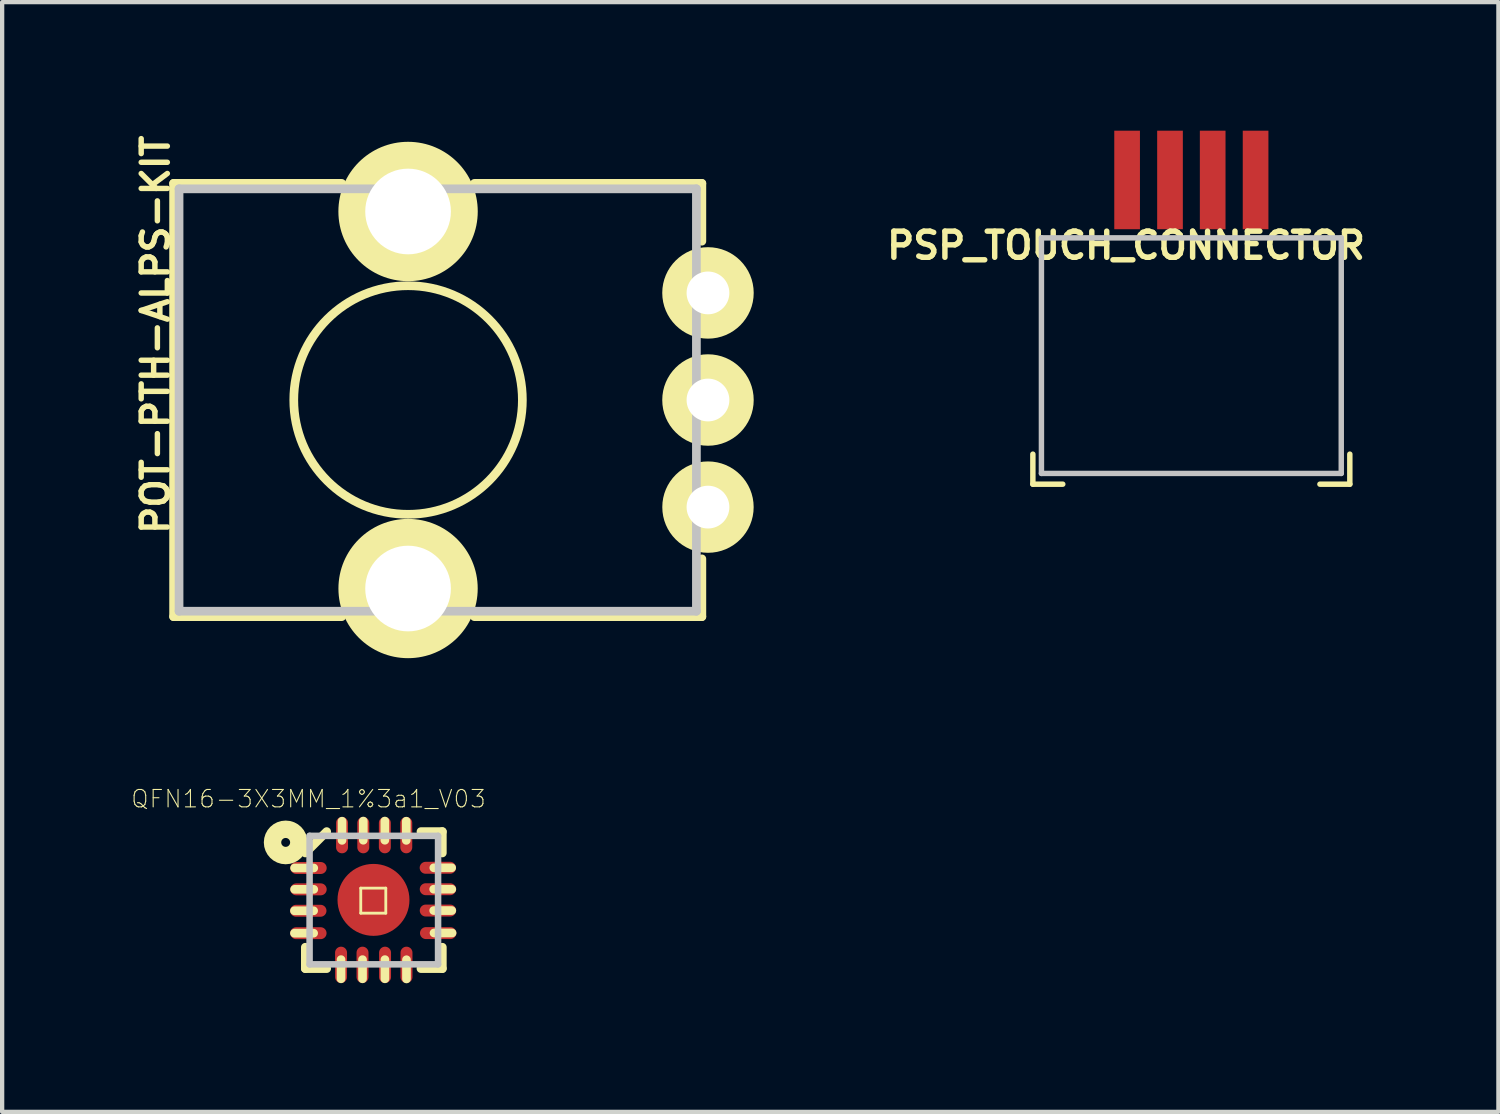
<source format=kicad_pcb>
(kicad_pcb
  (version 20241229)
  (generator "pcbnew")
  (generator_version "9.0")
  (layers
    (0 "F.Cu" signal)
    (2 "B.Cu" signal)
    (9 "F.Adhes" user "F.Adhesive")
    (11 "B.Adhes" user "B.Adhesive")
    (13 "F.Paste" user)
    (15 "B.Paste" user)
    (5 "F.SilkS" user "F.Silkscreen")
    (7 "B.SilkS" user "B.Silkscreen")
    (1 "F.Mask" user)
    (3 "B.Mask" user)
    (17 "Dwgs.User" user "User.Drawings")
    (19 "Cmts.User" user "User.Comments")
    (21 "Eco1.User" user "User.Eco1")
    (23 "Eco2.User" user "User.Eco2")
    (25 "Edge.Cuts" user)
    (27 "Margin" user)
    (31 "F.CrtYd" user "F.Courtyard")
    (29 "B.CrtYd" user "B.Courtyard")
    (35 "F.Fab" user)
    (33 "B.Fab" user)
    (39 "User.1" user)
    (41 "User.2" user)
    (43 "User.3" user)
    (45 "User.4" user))
  (footprint "PSP_TOUCH_CONNECTOR"
    (layer "F.Cu")
    (at 24.749 3.999)
    (property "Reference" "PSP_TOUCH_CONNECTOR" (at -1.524 -1.321 0) (layer "F.SilkS") (effects (font (size 0.61 0.61) (thickness 0.127))))
    (attr smd)
    (fp_line (start -3.698 3.548) (end -3.698 4.249) (stroke (width 0.127) (type solid)) (layer "F.SilkS"))
    (fp_line (start -3 4.249) (end -3.698 4.249) (stroke (width 0.127) (type solid)) (layer "F.SilkS"))
    (fp_line (start 3 4.249) (end 3.698 4.249) (stroke (width 0.127) (type solid)) (layer "F.SilkS"))
    (fp_line (start 3.698 3.548) (end 3.698 4.249) (stroke (width 0.127) (type solid)) (layer "F.SilkS"))
    (fp_line (start -3.498 -1.499) (end 3.498 -1.499) (stroke (width 0.127) (type solid)) (layer "Dwgs.User"))
    (fp_line (start -3.498 3.998) (end -3.498 -1.499) (stroke (width 0.127) (type solid)) (layer "Dwgs.User"))
    (fp_line (start -3.498 3.998) (end 3.498 3.998) (stroke (width 0.127) (type solid)) (layer "Dwgs.User"))
    (fp_line (start 3.498 3.998) (end 3.498 -1.499) (stroke (width 0.127) (type solid)) (layer "Dwgs.User"))
    (pad "X1" smd rect (at 1.499 -2.85 90) (size 2.299 0.599) (layers "F.Cu" "F.Mask" "F.Paste"))
    (pad "X2" smd rect (at -0.498 -2.85 90) (size 2.299 0.599) (layers "F.Cu" "F.Mask" "F.Paste"))
    (pad "Y1" smd rect (at -1.499 -2.85 90) (size 2.299 0.599) (layers "F.Cu" "F.Mask" "F.Paste"))
    (pad "Y2" smd rect (at 0.498 -2.85 90) (size 2.299 0.599) (layers "F.Cu" "F.Mask" "F.Paste")))
  (footprint "POT-PTH-ALPS-KIT"
    (layer "F.Cu")
    (at 6.472 6.284)
    (property "Reference" "POT-PTH-ALPS-KIT" (at -5.893 -1.524 90) (layer "F.SilkS") (effects (font (size 0.61 0.61) (thickness 0.127))))
    (attr exclude_from_pos_files exclude_from_bom)
    (fp_line (start -5.471 -5.055) (end -1.549 -5.055) (stroke (width 0.203) (type solid)) (layer "F.SilkS"))
    (fp_line (start -5.471 5.055) (end -5.471 -5.055) (stroke (width 0.203) (type solid)) (layer "F.SilkS"))
    (fp_line (start -1.549 5.055) (end -5.471 5.055) (stroke (width 0.203) (type solid)) (layer "F.SilkS"))
    (fp_line (start 1.549 -5.055) (end 6.855 -5.055) (stroke (width 0.203) (type solid)) (layer "F.SilkS"))
    (fp_line (start 6.855 -5.055) (end 6.855 -3.706) (stroke (width 0.203) (type solid)) (layer "F.SilkS"))
    (fp_line (start 6.855 3.706) (end 6.855 5.055) (stroke (width 0.203) (type solid)) (layer "F.SilkS"))
    (fp_line (start 6.855 5.055) (end 1.549 5.055) (stroke (width 0.203) (type solid)) (layer "F.SilkS"))
    (fp_circle (center 0 -4.399) (end 0 -6.025) (stroke (width 0) (type solid)) (fill yes) (layer "F.SilkS"))
    (fp_circle (center 0 -4.399) (end 0 -5.397) (stroke (width 0) (type solid)) (fill yes) (layer "F.SilkS"))
    (fp_circle (center 0 0) (end 0 -2.667) (stroke (width 0.203) (type solid)) (fill no) (layer "F.SilkS"))
    (fp_circle (center 0 4.399) (end 0 2.774) (stroke (width 0) (type solid)) (fill yes) (layer "F.SilkS"))
    (fp_circle (center 0 4.399) (end 0 3.401) (stroke (width 0) (type solid)) (fill yes) (layer "F.SilkS"))
    (fp_circle (center 6.998 -2.499) (end 6.998 -3.566) (stroke (width 0) (type solid)) (fill yes) (layer "F.SilkS"))
    (fp_circle (center 6.998 -2.499) (end 6.998 -2.997) (stroke (width 0) (type solid)) (fill yes) (layer "F.SilkS"))
    (fp_circle (center 6.998 0) (end 6.998 -1.067) (stroke (width 0) (type solid)) (fill yes) (layer "F.SilkS"))
    (fp_circle (center 6.998 0) (end 6.998 -0.498) (stroke (width 0) (type solid)) (fill yes) (layer "F.SilkS"))
    (fp_circle (center 6.998 2.499) (end 6.998 1.433) (stroke (width 0) (type solid)) (fill yes) (layer "F.SilkS"))
    (fp_circle (center 6.998 2.499) (end 6.998 2.002) (stroke (width 0) (type solid)) (fill yes) (layer "F.SilkS"))
    (fp_line (start -5.344 -4.928) (end 6.728 -4.928) (stroke (width 0.203) (type solid)) (layer "Dwgs.User"))
    (fp_line (start -5.344 4.928) (end -5.344 -4.928) (stroke (width 0.203) (type solid)) (layer "Dwgs.User"))
    (fp_line (start 6.728 -4.928) (end 6.728 4.928) (stroke (width 0.203) (type solid)) (layer "Dwgs.User"))
    (fp_line (start 6.728 4.928) (end -5.344 4.928) (stroke (width 0.203) (type solid)) (layer "Dwgs.User"))
    (pad "P$1" thru_hole circle (at 6.998 2.499) (size 1.88 1.88) (drill 0.998) (layers "*.Cu" "*.Paste" "*.Mask"))
    (pad "P$2" thru_hole circle (at 6.998 0) (size 1.88 1.88) (drill 0.998) (layers "*.Cu" "*.Paste" "*.Mask"))
    (pad "P$3" thru_hole circle (at 6.998 -2.499) (size 1.88 1.88) (drill 0.998) (layers "*.Cu" "*.Paste" "*.Mask"))
    (pad "P$4" thru_hole circle (at 0 4.399) (size 3 3) (drill 1.999) (layers "*.Cu" "*.Paste" "*.Mask"))
    (pad "P$5" thru_hole circle (at 0 -4.399) (size 3 3) (drill 1.999) (layers "*.Cu" "*.Paste" "*.Mask")))
  (footprint "QFN16-3X3MM_1%3a1_V03"
    (layer "F.Cu")
    (at 5.673 17.953)
    (property "Reference" "QFN16-3X3MM_1%3a1_V03" (at -1.524 -2.362 0) (layer "F.SilkS") (effects (font (size 0.406 0.406) (thickness 0.025))))
    (attr smd)
    (fp_line (start -1.852 0.249) (end -1.405 0.249) (stroke (width 0.203) (type solid)) (layer "F.SilkS"))
    (fp_line (start -1.852 0.772) (end -1.405 0.772) (stroke (width 0.203) (type solid)) (layer "F.SilkS"))
    (fp_line (start -1.849 -0.251) (end -1.402 -0.251) (stroke (width 0.203) (type solid)) (layer "F.SilkS"))
    (fp_line (start -1.598 -1.1) (end -1.1 -1.598) (stroke (width 0.203) (type solid)) (layer "F.SilkS"))
    (fp_line (start -1.598 1.598) (end -1.598 1.1) (stroke (width 0.203) (type solid)) (layer "F.SilkS"))
    (fp_line (start -1.402 -0.749) (end -1.849 -0.749) (stroke (width 0.203) (type solid)) (layer "F.SilkS"))
    (fp_line (start -1.1 1.598) (end -1.598 1.598) (stroke (width 0.203) (type solid)) (layer "F.SilkS"))
    (fp_line (start -0.765 1.836) (end -0.765 1.389) (stroke (width 0.203) (type solid)) (layer "F.SilkS"))
    (fp_line (start -0.742 -1.841) (end -0.742 -1.394) (stroke (width 0.203) (type solid)) (layer "F.SilkS"))
    (fp_line (start -0.305 -0.279) (end 0.279 -0.279) (stroke (width 0.066) (type solid)) (layer "F.SilkS"))
    (fp_line (start -0.305 0.305) (end -0.305 -0.279) (stroke (width 0.066) (type solid)) (layer "F.SilkS"))
    (fp_line (start -0.305 0.305) (end 0.279 0.305) (stroke (width 0.066) (type solid)) (layer "F.SilkS"))
    (fp_line (start -0.264 1.836) (end -0.264 1.389) (stroke (width 0.203) (type solid)) (layer "F.SilkS"))
    (fp_line (start -0.246 -1.844) (end -0.246 -1.397) (stroke (width 0.203) (type solid)) (layer "F.SilkS"))
    (fp_line (start 0.257 -1.844) (end 0.257 -1.397) (stroke (width 0.203) (type solid)) (layer "F.SilkS"))
    (fp_line (start 0.259 1.836) (end 0.259 1.389) (stroke (width 0.203) (type solid)) (layer "F.SilkS"))
    (fp_line (start 0.279 0.305) (end 0.279 -0.279) (stroke (width 0.066) (type solid)) (layer "F.SilkS"))
    (fp_line (start 0.757 -1.841) (end 0.757 -1.394) (stroke (width 0.203) (type solid)) (layer "F.SilkS"))
    (fp_line (start 0.762 1.839) (end 0.762 1.392) (stroke (width 0.203) (type solid)) (layer "F.SilkS"))
    (fp_line (start 1.1 -1.598) (end 1.598 -1.598) (stroke (width 0.203) (type solid)) (layer "F.SilkS"))
    (fp_line (start 1.598 -1.598) (end 1.598 -1.1) (stroke (width 0.203) (type solid)) (layer "F.SilkS"))
    (fp_line (start 1.598 1.1) (end 1.598 1.598) (stroke (width 0.203) (type solid)) (layer "F.SilkS"))
    (fp_line (start 1.598 1.598) (end 1.1 1.598) (stroke (width 0.203) (type solid)) (layer "F.SilkS"))
    (fp_line (start 1.816 -0.754) (end 1.4 -0.754) (stroke (width 0.203) (type solid)) (layer "F.SilkS"))
    (fp_line (start 1.819 -0.254) (end 1.397 -0.254) (stroke (width 0.203) (type solid)) (layer "F.SilkS"))
    (fp_line (start 1.819 0.244) (end 1.397 0.244) (stroke (width 0.203) (type solid)) (layer "F.SilkS"))
    (fp_line (start 1.826 0.767) (end 1.405 0.767) (stroke (width 0.203) (type solid)) (layer "F.SilkS"))
    (fp_circle (center -2.057 -1.346) (end -2.057 -1.45) (stroke (width 0.406) (type solid)) (fill no) (layer "F.SilkS"))
    (fp_line (start -1.499 -1.499) (end -1.499 1.499) (stroke (width 0.152) (type solid)) (layer "Dwgs.User"))
    (fp_line (start -1.499 1.499) (end 1.499 1.499) (stroke (width 0.152) (type solid)) (layer "Dwgs.User"))
    (fp_line (start 1.499 -1.499) (end -1.499 -1.499) (stroke (width 0.152) (type solid)) (layer "Dwgs.User"))
    (fp_line (start 1.499 1.499) (end 1.499 -1.499) (stroke (width 0.152) (type solid)) (layer "Dwgs.User"))
    (pad "1" smd oval (at -1.524 -0.749) (size 0.848 0.279) (layers "F.Cu" "F.Mask" "F.Paste"))
    (pad "2" smd oval (at -1.524 -0.251) (size 0.848 0.279) (layers "F.Cu" "F.Mask" "F.Paste"))
    (pad "3" smd oval (at -1.529 0.249) (size 0.848 0.279) (layers "F.Cu" "F.Mask" "F.Paste"))
    (pad "4" smd oval (at -1.527 0.772) (size 0.848 0.279) (layers "F.Cu" "F.Mask" "F.Paste"))
    (pad "5" smd oval (at -0.765 1.511 90) (size 0.848 0.279) (layers "F.Cu" "F.Mask" "F.Paste"))
    (pad "6" smd oval (at -0.264 1.511 90) (size 0.848 0.279) (layers "F.Cu" "F.Mask" "F.Paste"))
    (pad "7" smd oval (at 0.262 1.511 90) (size 0.848 0.279) (layers "F.Cu" "F.Mask" "F.Paste"))
    (pad "8" smd oval (at 0.762 1.511 90) (size 0.848 0.279) (layers "F.Cu" "F.Mask" "F.Paste"))
    (pad "9" smd oval (at 1.501 0.77 180) (size 0.848 0.279) (layers "F.Cu" "F.Mask" "F.Paste"))
    (pad "10" smd oval (at 1.496 0.244 180) (size 0.848 0.279) (layers "F.Cu" "F.Mask" "F.Paste"))
    (pad "11" smd oval (at 1.496 -0.254 180) (size 0.848 0.279) (layers "F.Cu" "F.Mask" "F.Paste"))
    (pad "12" smd oval (at 1.494 -0.754 180) (size 0.848 0.279) (layers "F.Cu" "F.Mask" "F.Paste"))
    (pad "13" smd oval (at 0.757 -1.516 270) (size 0.848 0.279) (layers "F.Cu" "F.Mask" "F.Paste"))
    (pad "14" smd oval (at 0.257 -1.516 270) (size 0.848 0.279) (layers "F.Cu" "F.Mask" "F.Paste"))
    (pad "15" smd oval (at -0.246 -1.516 270) (size 0.848 0.279) (layers "F.Cu" "F.Mask" "F.Paste"))
    (pad "16" smd oval (at -0.742 -1.516 270) (size 0.848 0.279) (layers "F.Cu" "F.Mask" "F.Paste"))
    (pad "EXT" smd oval (at -0.008 -0.005 180) (size 1.679 1.679) (layers "F.Cu" "F.Mask" "F.Paste")))
  (gr_rect
    (start -3 -3)
    (end 31.914 22.894)
    (stroke (width 0.1) (type default))
    (fill no)
    (layer "Edge.Cuts")))
</source>
